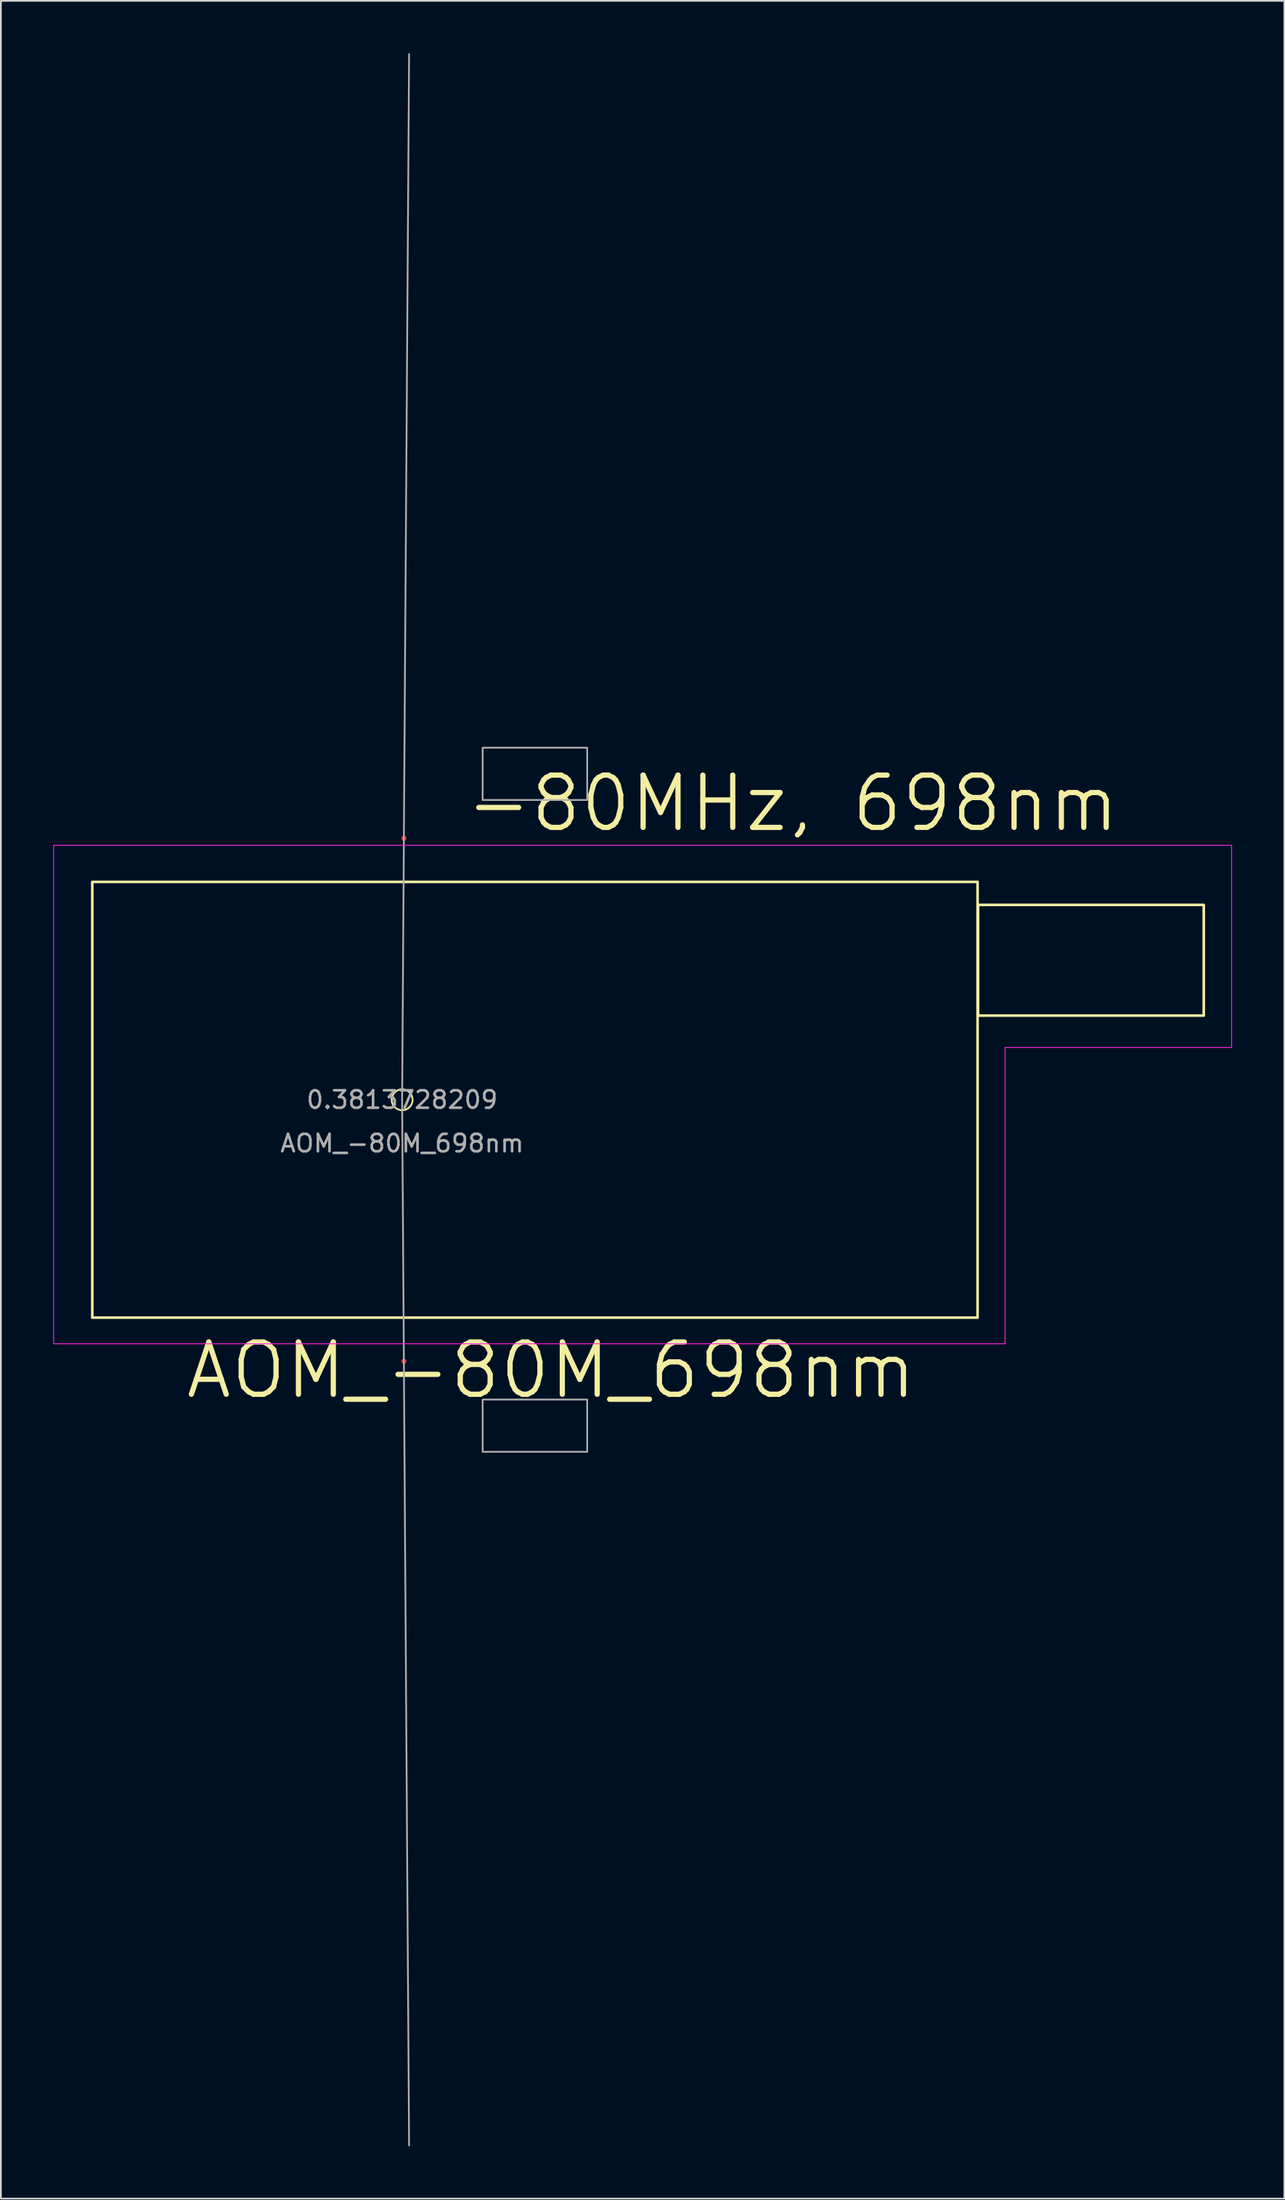
<source format=kicad_pcb>
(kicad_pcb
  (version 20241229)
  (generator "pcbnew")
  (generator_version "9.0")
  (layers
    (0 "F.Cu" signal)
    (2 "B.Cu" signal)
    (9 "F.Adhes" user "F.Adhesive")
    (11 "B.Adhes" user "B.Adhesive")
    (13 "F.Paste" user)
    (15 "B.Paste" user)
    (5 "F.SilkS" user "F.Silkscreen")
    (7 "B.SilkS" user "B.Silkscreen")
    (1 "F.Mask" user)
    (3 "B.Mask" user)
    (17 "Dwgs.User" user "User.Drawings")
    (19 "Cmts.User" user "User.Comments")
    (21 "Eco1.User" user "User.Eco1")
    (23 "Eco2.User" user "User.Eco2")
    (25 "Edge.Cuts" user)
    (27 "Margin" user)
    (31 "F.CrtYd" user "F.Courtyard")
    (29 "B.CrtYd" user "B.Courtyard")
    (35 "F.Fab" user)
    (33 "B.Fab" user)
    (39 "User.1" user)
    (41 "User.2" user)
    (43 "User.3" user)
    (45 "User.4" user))
  (footprint "AOM_-80M_698nm"
    (layer "F.Cu")
    (at 20.025 60.049)
    (property "Reference" "AOM_-80M_698nm" (at 8.55 15.525 0) (unlocked yes) (layer "F.SilkS") (effects (font (size 3 3) (thickness 0.3))))
    (property "Frequency" "-80MHz, 698nm" (at 22.4 -17 0) (layer "F.SilkS") (effects (font (size 3 3) (thickness 0.3))))
    (property "Angle" "0.3813728209" (at 0 0 0) (layer "F.Fab") (effects (font (size 1 1) (thickness 0.15))))
    (attr smd)
    (fp_rect (start -17.78 -12.5) (end 33.02 12.5) (stroke (width 0.15) (type default)) (fill no) (layer "F.SilkS"))
    (fp_rect (start 33.05 -11.18) (end 46 -4.83) (stroke (width 0.15) (type default)) (fill no) (layer "F.SilkS"))
    (fp_circle (center 0 0) (end 0.6 0) (stroke (width 0.1) (type default)) (fill no) (layer "F.SilkS"))
    (fp_poly (pts (xy -20 -14.6) (xy -20 14) (xy 34.6 14) (xy 34.6 -3) (xy 47.6 -3) (xy 47.6 -14.6)) (stroke (width 0.05) (type solid)) (fill no) (layer "F.CrtYd"))
    (fp_line (start 0 0) (end 0.399 -59.999) (stroke (width 0.1) (type default)) (layer "F.Fab"))
    (fp_line (start 0 0) (end 0.399 59.999) (stroke (width 0.1) (type default)) (layer "F.Fab"))
    (fp_rect (start 4.62 -20.2) (end 10.62 -17.2) (stroke (width 0.1) (type solid)) (fill no) (layer "F.Fab"))
    (fp_rect (start 4.62 20.2) (end 10.62 17.2) (stroke (width 0.1) (type solid)) (fill no) (layer "F.Fab"))
    (fp_text user "${REFERENCE}" (at 0 2.5 0) (unlocked yes) (layer "F.Fab") (effects (font (size 1 1) (thickness 0.15))))
    (pad "1" smd circle (at 0.099 -15) (size 0.3 0.3) (layers "F.Cu" "F.Mask" "F.Paste"))
    (pad "2" smd circle (at 0.099 15) (size 0.3 0.3) (layers "F.Cu" "F.Mask" "F.Paste")))
  (gr_rect
    (start -3 -3)
    (end 70.65 123.097)
    (stroke (width 0.1) (type default))
    (fill no)
    (layer "Edge.Cuts")))
</source>
